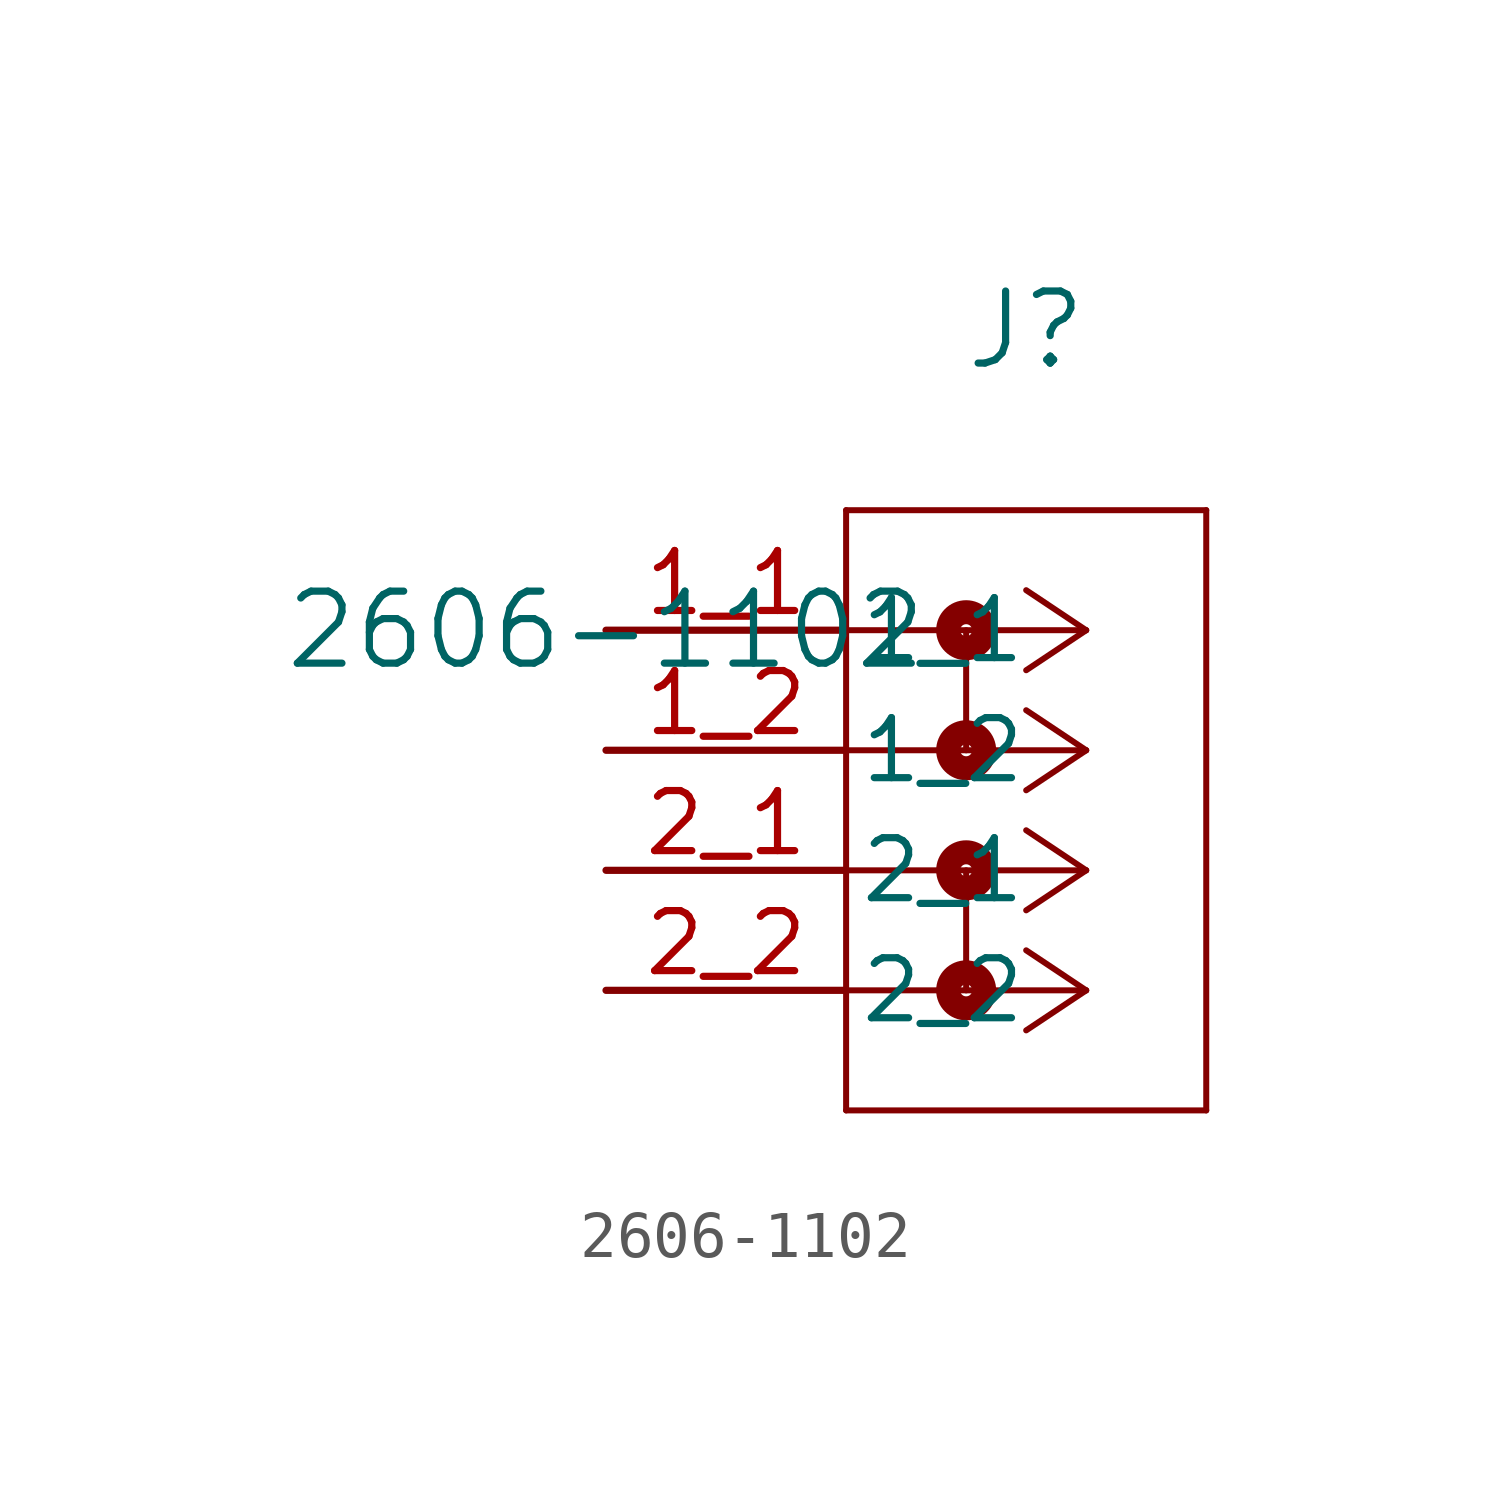
<source format=kicad_sym>
(kicad_symbol_lib
  (version 20211014)
  (generator kicad_symbol_editor)
  (symbol "2606-1102"
    (pin_names
      (offset 0.254))
    (property "Reference" "J"
      (at 8.89 6.35 0)
      (effects (font (size 1.524 1.524))))
    (property "Value" "2606-1102"
      (at 0 0 0)
      (effects (font (size 1.524 1.524))))
    (polyline
      (pts (xy 10.16 0) (xy 5.08 0))
      (stroke (width 0.127) (type default) (color 0 0 0 0))
      (fill (type none)))
    (polyline
      (pts (xy 10.16 -2.54) (xy 5.08 -2.54))
      (stroke (width 0.127) (type default) (color 0 0 0 0))
      (fill (type none)))
    (polyline
      (pts (xy 10.16 -5.08) (xy 5.08 -5.08))
      (stroke (width 0.127) (type default) (color 0 0 0 0))
      (fill (type none)))
    (polyline
      (pts (xy 10.16 -7.62) (xy 5.08 -7.62))
      (stroke (width 0.127) (type default) (color 0 0 0 0))
      (fill (type none)))
    (polyline
      (pts (xy 10.16 0) (xy 8.89 0.847))
      (stroke (width 0.127) (type default) (color 0 0 0 0))
      (fill (type none)))
    (polyline
      (pts (xy 10.16 -2.54) (xy 8.89 -1.693))
      (stroke (width 0.127) (type default) (color 0 0 0 0))
      (fill (type none)))
    (polyline
      (pts (xy 10.16 -5.08) (xy 8.89 -4.233))
      (stroke (width 0.127) (type default) (color 0 0 0 0))
      (fill (type none)))
    (polyline
      (pts (xy 10.16 -7.62) (xy 8.89 -6.773))
      (stroke (width 0.127) (type default) (color 0 0 0 0))
      (fill (type none)))
    (polyline
      (pts (xy 10.16 0) (xy 8.89 -0.847))
      (stroke (width 0.127) (type default) (color 0 0 0 0))
      (fill (type none)))
    (polyline
      (pts (xy 10.16 -2.54) (xy 8.89 -3.387))
      (stroke (width 0.127) (type default) (color 0 0 0 0))
      (fill (type none)))
    (polyline
      (pts (xy 10.16 -5.08) (xy 8.89 -5.927))
      (stroke (width 0.127) (type default) (color 0 0 0 0))
      (fill (type none)))
    (polyline
      (pts (xy 10.16 -7.62) (xy 8.89 -8.467))
      (stroke (width 0.127) (type default) (color 0 0 0 0))
      (fill (type none)))
    (polyline
      (pts (xy 5.08 2.54) (xy 5.08 -10.16))
      (stroke (width 0.127) (type default) (color 0 0 0 0))
      (fill (type none)))
    (polyline
      (pts (xy 5.08 -10.16) (xy 12.7 -10.16))
      (stroke (width 0.127) (type default) (color 0 0 0 0))
      (fill (type none)))
    (polyline
      (pts (xy 12.7 -10.16) (xy 12.7 2.54))
      (stroke (width 0.127) (type default) (color 0 0 0 0))
      (fill (type none)))
    (polyline
      (pts (xy 12.7 2.54) (xy 5.08 2.54))
      (stroke (width 0.127) (type default) (color 0 0 0 0))
      (fill (type none)))
    (circle
      (center 7.62 0)
      (radius 0.127)
      (stroke (width 0.508) (type default) (color 0 0 0 0))
      (fill (type none)))
    (polyline
      (pts (xy 7.62 0) (xy 7.62 -2.54))
      (stroke (width 0.127) (type default) (color 0 0 0 0))
      (fill (type none)))
    (circle
      (center 7.62 -2.54)
      (radius 0.127)
      (stroke (width 0.508) (type default) (color 0 0 0 0))
      (fill (type none)))
    (circle
      (center 7.62 -5.08)
      (radius 0.127)
      (stroke (width 0.508) (type default) (color 0 0 0 0))
      (fill (type none)))
    (polyline
      (pts (xy 7.62 -5.08) (xy 7.62 -7.62))
      (stroke (width 0.127) (type default) (color 0 0 0 0))
      (fill (type none)))
    (circle
      (center 7.62 -7.62)
      (radius 0.127)
      (stroke (width 0.508) (type default) (color 0 0 0 0))
      (fill (type none)))
    (pin unspecified line
      (at 0 0 0)
      (length 5.08)
      (name "1_1" (effects (font (size 1.27 1.27))))
      (number "1_1" (effects (font (size 1.27 1.27)))))
    (pin unspecified line
      (at 0 -2.54 0)
      (length 5.08)
      (name "1_2" (effects (font (size 1.27 1.27))))
      (number "1_2" (effects (font (size 1.27 1.27)))))
    (pin unspecified line
      (at 0 -5.08 0)
      (length 5.08)
      (name "2_1" (effects (font (size 1.27 1.27))))
      (number "2_1" (effects (font (size 1.27 1.27)))))
    (pin unspecified line
      (at 0 -7.62 0)
      (length 5.08)
      (name "2_2" (effects (font (size 1.27 1.27))))
      (number "2_2" (effects (font (size 1.27 1.27)))))))
</source>
